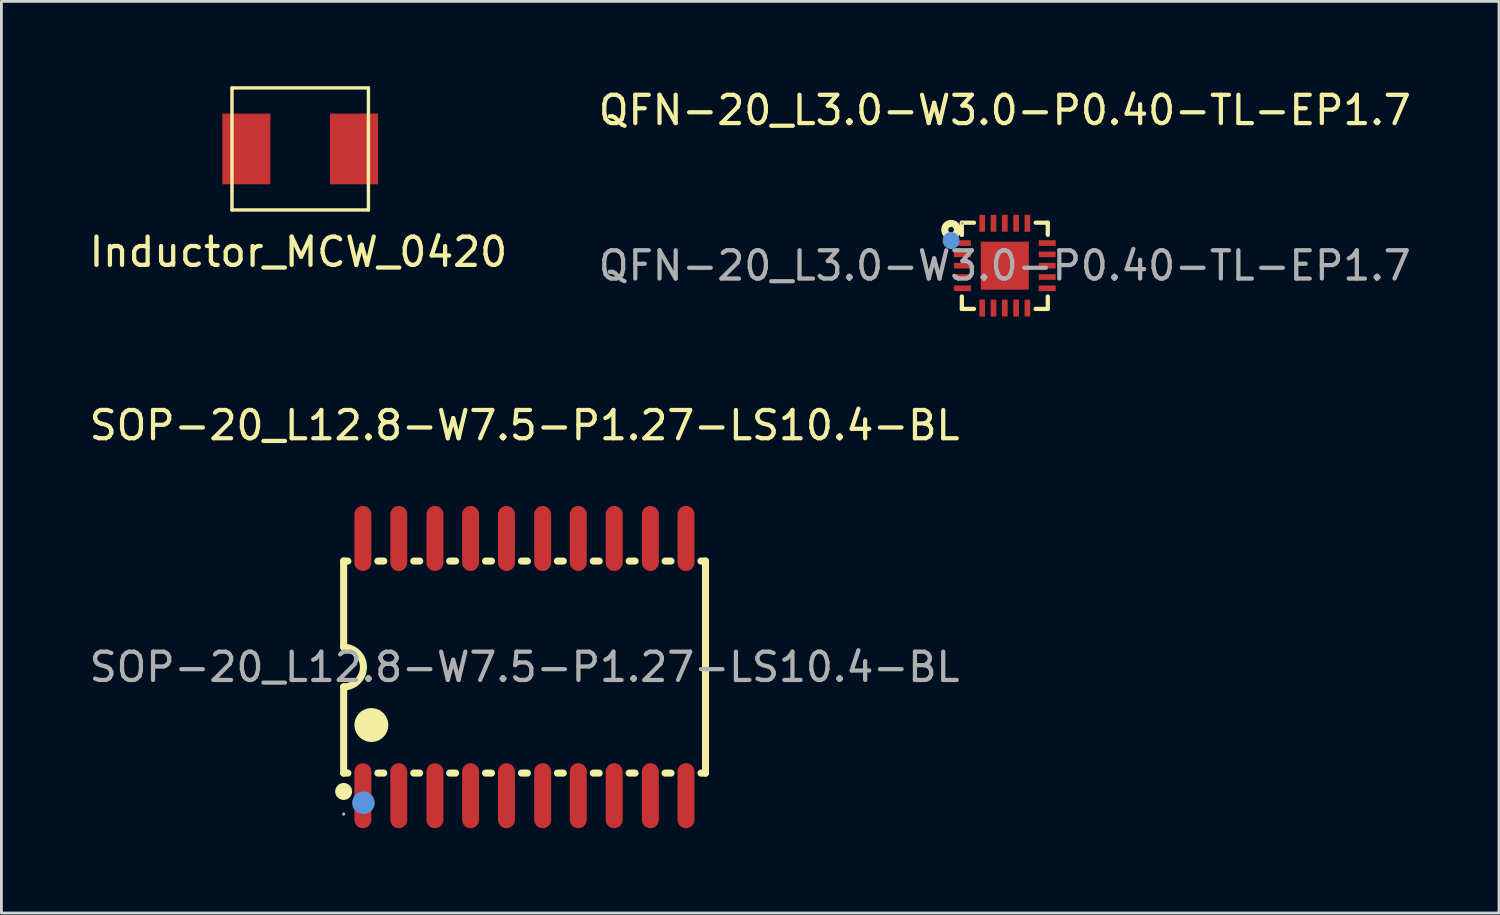
<source format=kicad_pcb>
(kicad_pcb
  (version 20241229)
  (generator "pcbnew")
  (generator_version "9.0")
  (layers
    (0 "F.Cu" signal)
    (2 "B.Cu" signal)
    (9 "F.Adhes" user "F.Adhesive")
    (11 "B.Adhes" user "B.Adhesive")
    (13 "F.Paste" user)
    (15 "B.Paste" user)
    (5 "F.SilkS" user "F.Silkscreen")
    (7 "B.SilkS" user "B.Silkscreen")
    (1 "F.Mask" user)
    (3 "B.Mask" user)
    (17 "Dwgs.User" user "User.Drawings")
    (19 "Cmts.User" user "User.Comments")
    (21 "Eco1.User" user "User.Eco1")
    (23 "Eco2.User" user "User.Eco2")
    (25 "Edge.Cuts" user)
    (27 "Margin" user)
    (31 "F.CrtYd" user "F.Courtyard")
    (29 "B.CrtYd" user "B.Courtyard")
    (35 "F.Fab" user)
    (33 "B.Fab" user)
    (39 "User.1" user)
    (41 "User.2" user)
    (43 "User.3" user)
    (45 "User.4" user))
  (footprint "SOP-20_L12.8-W7.5-P1.27-LS10.4-BL"
    (layer "F.Cu")
    (at 15.506 20.547)
    (property "Reference" "SOP-20_L12.8-W7.5-P1.27-LS10.4-BL" (at 0 -8.55 0) (layer "F.SilkS") (effects (font (size 1 1) (thickness 0.15))))
    (attr smd)
    (fp_line (start -6.4 -3.75) (end -6.4 -0.7) (stroke (width 0.25) (type solid)) (layer "F.SilkS"))
    (fp_line (start -6.4 -3.75) (end -6.25 -3.75) (stroke (width 0.25) (type solid)) (layer "F.SilkS"))
    (fp_line (start -6.4 3.75) (end -6.4 0.7) (stroke (width 0.25) (type solid)) (layer "F.SilkS"))
    (fp_line (start -6.25 3.75) (end -6.4 3.75) (stroke (width 0.25) (type solid)) (layer "F.SilkS"))
    (fp_line (start -5.19 -3.75) (end -4.98 -3.75) (stroke (width 0.25) (type solid)) (layer "F.SilkS"))
    (fp_line (start -4.98 3.75) (end -5.19 3.75) (stroke (width 0.25) (type solid)) (layer "F.SilkS"))
    (fp_line (start -3.92 -3.75) (end -3.71 -3.75) (stroke (width 0.25) (type solid)) (layer "F.SilkS"))
    (fp_line (start -3.71 3.75) (end -3.92 3.75) (stroke (width 0.25) (type solid)) (layer "F.SilkS"))
    (fp_line (start -2.65 -3.75) (end -2.44 -3.75) (stroke (width 0.25) (type solid)) (layer "F.SilkS"))
    (fp_line (start -2.44 3.75) (end -2.65 3.75) (stroke (width 0.25) (type solid)) (layer "F.SilkS"))
    (fp_line (start -1.38 -3.75) (end -1.17 -3.75) (stroke (width 0.25) (type solid)) (layer "F.SilkS"))
    (fp_line (start -1.17 3.75) (end -1.38 3.75) (stroke (width 0.25) (type solid)) (layer "F.SilkS"))
    (fp_line (start -0.11 -3.75) (end 0.1 -3.75) (stroke (width 0.25) (type solid)) (layer "F.SilkS"))
    (fp_line (start 0.1 3.75) (end -0.11 3.75) (stroke (width 0.25) (type solid)) (layer "F.SilkS"))
    (fp_line (start 1.16 -3.75) (end 1.37 -3.75) (stroke (width 0.25) (type solid)) (layer "F.SilkS"))
    (fp_line (start 1.37 3.75) (end 1.16 3.75) (stroke (width 0.25) (type solid)) (layer "F.SilkS"))
    (fp_line (start 2.43 -3.75) (end 2.64 -3.75) (stroke (width 0.25) (type solid)) (layer "F.SilkS"))
    (fp_line (start 2.64 3.75) (end 2.43 3.75) (stroke (width 0.25) (type solid)) (layer "F.SilkS"))
    (fp_line (start 3.7 -3.75) (end 3.91 -3.75) (stroke (width 0.25) (type solid)) (layer "F.SilkS"))
    (fp_line (start 3.91 3.75) (end 3.7 3.75) (stroke (width 0.25) (type solid)) (layer "F.SilkS"))
    (fp_line (start 4.97 -3.75) (end 5.18 -3.75) (stroke (width 0.25) (type solid)) (layer "F.SilkS"))
    (fp_line (start 5.18 3.75) (end 4.97 3.75) (stroke (width 0.25) (type solid)) (layer "F.SilkS"))
    (fp_line (start 6.24 -3.75) (end 6.4 -3.75) (stroke (width 0.25) (type solid)) (layer "F.SilkS"))
    (fp_line (start 6.4 -3.75) (end 6.4 3.75) (stroke (width 0.25) (type solid)) (layer "F.SilkS"))
    (fp_line (start 6.4 3.75) (end 6.24 3.75) (stroke (width 0.25) (type solid)) (layer "F.SilkS"))
    (fp_arc (start -6.4 -0.7) (mid -5.7 0) (end -6.4 0.7) (stroke (width 0.25) (type solid)) (layer "F.SilkS"))
    (fp_arc (start -6.4 4.4) (mid -6.4 4.4) (end -6.4 4.4) (stroke (width 0.3) (type solid)) (layer "F.SilkS"))
    (fp_arc (start -5.42 1.75) (mid -5.415 2.349958) (end -5.429999 1.750167) (stroke (width 0.6) (type solid)) (layer "F.SilkS"))
    (fp_circle (center -5.7 4.8) (end -5.5 4.8) (stroke (width 0.4) (type solid)) (fill no) (layer "Cmts.User"))
    (fp_circle (center -6.4 5.2) (end -6.37 5.2) (stroke (width 0.06) (type solid)) (fill no) (layer "F.Fab"))
    (fp_text user "${REFERENCE}" (at 0 0 0) (layer "F.Fab") (effects (font (size 1 1) (thickness 0.15))))
    (pad "1" smd oval (at -5.72 4.55 180) (size 0.6 2.3) (layers "F.Cu" "F.Mask" "F.Paste"))
    (pad "2" smd oval (at -4.45 4.55 180) (size 0.6 2.3) (layers "F.Cu" "F.Mask" "F.Paste"))
    (pad "3" smd oval (at -3.17 4.55 180) (size 0.6 2.3) (layers "F.Cu" "F.Mask" "F.Paste"))
    (pad "4" smd oval (at -1.91 4.55 180) (size 0.6 2.3) (layers "F.Cu" "F.Mask" "F.Paste"))
    (pad "5" smd oval (at -0.64 4.55 180) (size 0.6 2.3) (layers "F.Cu" "F.Mask" "F.Paste"))
    (pad "6" smd oval (at 0.64 4.55 180) (size 0.6 2.3) (layers "F.Cu" "F.Mask" "F.Paste"))
    (pad "7" smd oval (at 1.9 4.55 180) (size 0.6 2.3) (layers "F.Cu" "F.Mask" "F.Paste"))
    (pad "8" smd oval (at 3.17 4.55 180) (size 0.6 2.3) (layers "F.Cu" "F.Mask" "F.Paste"))
    (pad "9" smd oval (at 4.45 4.55 180) (size 0.6 2.3) (layers "F.Cu" "F.Mask" "F.Paste"))
    (pad "10" smd oval (at 5.71 4.55 180) (size 0.6 2.3) (layers "F.Cu" "F.Mask" "F.Paste"))
    (pad "11" smd oval (at 5.71 -4.55 180) (size 0.6 2.3) (layers "F.Cu" "F.Mask" "F.Paste"))
    (pad "12" smd oval (at 4.45 -4.55 180) (size 0.6 2.3) (layers "F.Cu" "F.Mask" "F.Paste"))
    (pad "13" smd oval (at 3.17 -4.55 180) (size 0.6 2.3) (layers "F.Cu" "F.Mask" "F.Paste"))
    (pad "14" smd oval (at 1.9 -4.55 180) (size 0.6 2.3) (layers "F.Cu" "F.Mask" "F.Paste"))
    (pad "15" smd oval (at 0.64 -4.55 180) (size 0.6 2.3) (layers "F.Cu" "F.Mask" "F.Paste"))
    (pad "16" smd oval (at -0.64 -4.55 180) (size 0.6 2.3) (layers "F.Cu" "F.Mask" "F.Paste"))
    (pad "17" smd oval (at -1.91 -4.55 180) (size 0.6 2.3) (layers "F.Cu" "F.Mask" "F.Paste"))
    (pad "18" smd oval (at -3.17 -4.55 180) (size 0.6 2.3) (layers "F.Cu" "F.Mask" "F.Paste"))
    (pad "19" smd oval (at -4.45 -4.55 180) (size 0.6 2.3) (layers "F.Cu" "F.Mask" "F.Paste"))
    (pad "20" smd oval (at -5.72 -4.55 180) (size 0.6 2.3) (layers "F.Cu" "F.Mask" "F.Paste")))
  (footprint "QFN-20_L3.0-W3.0-P0.40-TL-EP1.7"
    (layer "F.Cu")
    (at 32.494 6.348)
    (property "Reference" "QFN-20_L3.0-W3.0-P0.40-TL-EP1.7" (at 0 -5.5 0) (layer "F.SilkS") (effects (font (size 1 1) (thickness 0.15))))
    (attr smd)
    (fp_line (start -1.52 -1.52) (end -1.09 -1.52) (stroke (width 0.15) (type solid)) (layer "F.SilkS"))
    (fp_line (start -1.52 -1.09) (end -1.52 -1.52) (stroke (width 0.15) (type solid)) (layer "F.SilkS"))
    (fp_line (start -1.52 -1.09) (end -1.52 -1.14) (stroke (width 0.15) (type solid)) (layer "F.SilkS"))
    (fp_line (start -1.52 1.53) (end -1.52 1.09) (stroke (width 0.15) (type solid)) (layer "F.SilkS"))
    (fp_line (start -1.09 1.53) (end -1.52 1.53) (stroke (width 0.15) (type solid)) (layer "F.SilkS"))
    (fp_line (start 1.09 -1.52) (end 1.52 -1.52) (stroke (width 0.15) (type solid)) (layer "F.SilkS"))
    (fp_line (start 1.52 -1.52) (end 1.52 -1.09) (stroke (width 0.15) (type solid)) (layer "F.SilkS"))
    (fp_line (start 1.52 1.09) (end 1.52 1.53) (stroke (width 0.15) (type solid)) (layer "F.SilkS"))
    (fp_line (start 1.52 1.53) (end 1.09 1.53) (stroke (width 0.15) (type solid)) (layer "F.SilkS"))
    (fp_circle (center -1.9 -1.27) (end -1.8 -1.27) (stroke (width 0.25) (type solid)) (fill no) (layer "F.SilkS"))
    (fp_circle (center -1.9 -0.89) (end -1.75 -0.89) (stroke (width 0.3) (type solid)) (fill no) (layer "Cmts.User"))
    (fp_circle (center -1.5 -1.5) (end -1.47 -1.5) (stroke (width 0.06) (type solid)) (fill no) (layer "F.Fab"))
    (fp_text user "${REFERENCE}" (at 0 0 0) (layer "F.Fab") (effects (font (size 1 1) (thickness 0.15))))
    (pad "1" smd rect (at -1.5 -0.8) (size 0.6 0.2) (layers "F.Cu" "F.Mask" "F.Paste"))
    (pad "2" smd rect (at -1.5 -0.4) (size 0.6 0.2) (layers "F.Cu" "F.Mask" "F.Paste"))
    (pad "3" smd rect (at -1.5 0) (size 0.6 0.2) (layers "F.Cu" "F.Mask" "F.Paste"))
    (pad "4" smd rect (at -1.5 0.4) (size 0.6 0.2) (layers "F.Cu" "F.Mask" "F.Paste"))
    (pad "5" smd rect (at -1.5 0.8) (size 0.6 0.2) (layers "F.Cu" "F.Mask" "F.Paste"))
    (pad "6" smd rect (at -0.8 1.5) (size 0.2 0.6) (layers "F.Cu" "F.Mask" "F.Paste"))
    (pad "7" smd rect (at -0.4 1.5) (size 0.2 0.6) (layers "F.Cu" "F.Mask" "F.Paste"))
    (pad "8" smd rect (at 0 1.5) (size 0.2 0.6) (layers "F.Cu" "F.Mask" "F.Paste"))
    (pad "9" smd rect (at 0.4 1.5) (size 0.2 0.6) (layers "F.Cu" "F.Mask" "F.Paste"))
    (pad "10" smd rect (at 0.8 1.5) (size 0.2 0.6) (layers "F.Cu" "F.Mask" "F.Paste"))
    (pad "11" smd rect (at 1.5 0.8) (size 0.6 0.2) (layers "F.Cu" "F.Mask" "F.Paste"))
    (pad "12" smd rect (at 1.5 0.4) (size 0.6 0.2) (layers "F.Cu" "F.Mask" "F.Paste"))
    (pad "13" smd rect (at 1.5 0) (size 0.6 0.2) (layers "F.Cu" "F.Mask" "F.Paste"))
    (pad "14" smd rect (at 1.5 -0.4) (size 0.6 0.2) (layers "F.Cu" "F.Mask" "F.Paste"))
    (pad "15" smd rect (at 1.5 -0.8) (size 0.6 0.2) (layers "F.Cu" "F.Mask" "F.Paste"))
    (pad "16" smd rect (at 0.8 -1.5) (size 0.2 0.6) (layers "F.Cu" "F.Mask" "F.Paste"))
    (pad "17" smd rect (at 0.4 -1.5) (size 0.2 0.6) (layers "F.Cu" "F.Mask" "F.Paste"))
    (pad "18" smd rect (at 0 -1.5) (size 0.2 0.6) (layers "F.Cu" "F.Mask" "F.Paste"))
    (pad "19" smd rect (at -0.4 -1.5) (size 0.2 0.6) (layers "F.Cu" "F.Mask" "F.Paste"))
    (pad "20" smd rect (at -0.8 -1.5) (size 0.2 0.6) (layers "F.Cu" "F.Mask" "F.Paste"))
    (pad "21" smd rect (at 0 0 180) (size 1.7 1.7) (layers "F.Cu" "F.Mask" "F.Paste")))
  (footprint "Inductor_MCW_0420"
    (layer "F.Cu")
    (at 7.569 2.219)
    (property "Reference" "Inductor_MCW_0420" (at -0.064 3.645 0) (layer "F.SilkS") (effects (font (size 1 1) (thickness 0.15))))
    (attr through_hole)
    (fp_line (start -2.413 -2.159) (end -2.413 2.159) (stroke (width 0.12) (type solid)) (layer "F.SilkS"))
    (fp_line (start 2.413 -2.159) (end -2.413 -2.159) (stroke (width 0.12) (type solid)) (layer "F.SilkS"))
    (fp_line (start 2.413 -2.159) (end 2.413 2.159) (stroke (width 0.12) (type solid)) (layer "F.SilkS"))
    (fp_line (start 2.413 2.159) (end -2.413 2.159) (stroke (width 0.12) (type solid)) (layer "F.SilkS"))
    (pad "1" smd rect (at -1.905 0) (size 1.7 2.5) (layers "F.Cu" "F.Mask" "F.Paste"))
    (pad "2" smd rect (at 1.905 0) (size 1.7 2.5) (layers "F.Cu" "F.Mask" "F.Paste")))
  (gr_rect
    (start -3 -3)
    (end 49.976 29.247)
    (stroke (width 0.1) (type default))
    (fill no)
    (layer "Edge.Cuts")))
</source>
